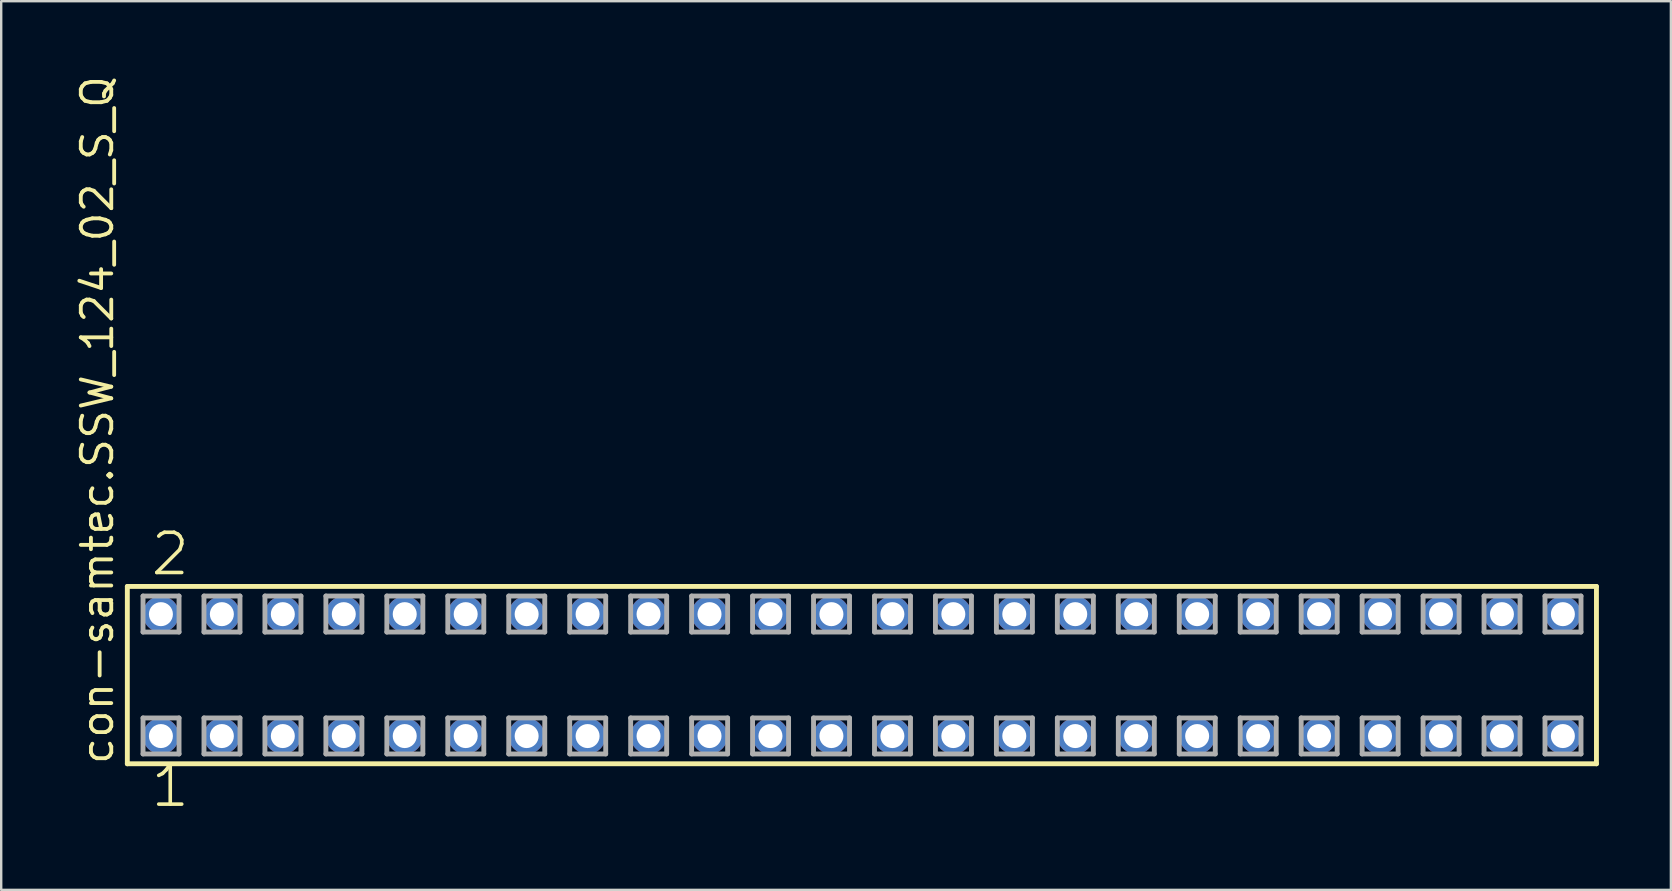
<source format=kicad_pcb>
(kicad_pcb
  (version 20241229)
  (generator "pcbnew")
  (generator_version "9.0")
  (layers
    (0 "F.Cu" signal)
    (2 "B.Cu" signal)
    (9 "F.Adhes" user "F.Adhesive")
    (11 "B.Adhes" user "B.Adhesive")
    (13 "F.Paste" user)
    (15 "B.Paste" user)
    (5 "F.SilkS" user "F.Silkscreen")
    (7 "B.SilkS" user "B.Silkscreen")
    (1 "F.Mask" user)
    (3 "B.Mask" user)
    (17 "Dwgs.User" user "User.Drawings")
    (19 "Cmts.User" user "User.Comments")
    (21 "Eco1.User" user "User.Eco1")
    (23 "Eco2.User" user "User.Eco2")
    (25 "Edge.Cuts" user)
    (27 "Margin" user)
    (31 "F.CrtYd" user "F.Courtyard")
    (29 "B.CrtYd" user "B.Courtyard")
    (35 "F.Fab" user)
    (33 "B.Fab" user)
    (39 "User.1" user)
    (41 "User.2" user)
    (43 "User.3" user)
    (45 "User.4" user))
  (footprint "con-samtec.SSW_124_02_S_Q"
    (layer "F.Cu")
    (at 32.865 25.082)
    (property "Reference" "con-samtec.SSW_124_02_S_Q" (at -31.115 3.81 90) (layer "F.SilkS") (effects (font (size 1.27 1.27) (thickness 0.16)) (justify left bottom)))
    (attr through_hole)
    (fp_line (start -30.609 -3.695) (end 30.609 -3.695) (stroke (width 0.203) (type default)) (layer "F.SilkS"))
    (fp_line (start -30.609 3.695) (end -30.609 -3.695) (stroke (width 0.203) (type default)) (layer "F.SilkS"))
    (fp_line (start 30.609 -3.695) (end 30.609 3.695) (stroke (width 0.203) (type default)) (layer "F.SilkS"))
    (fp_line (start 30.609 3.695) (end -30.609 3.695) (stroke (width 0.203) (type default)) (layer "F.SilkS"))
    (fp_line (start -29.955 -3.295) (end -28.455 -3.295) (stroke (width 0.203) (type default)) (layer "F.Fab"))
    (fp_line (start -29.955 -1.795) (end -29.955 -3.295) (stroke (width 0.203) (type default)) (layer "F.Fab"))
    (fp_line (start -29.955 1.785) (end -28.455 1.785) (stroke (width 0.203) (type default)) (layer "F.Fab"))
    (fp_line (start -29.955 3.285) (end -29.955 1.785) (stroke (width 0.203) (type default)) (layer "F.Fab"))
    (fp_line (start -28.455 -3.295) (end -28.455 -1.795) (stroke (width 0.203) (type default)) (layer "F.Fab"))
    (fp_line (start -28.455 -1.795) (end -29.955 -1.795) (stroke (width 0.203) (type default)) (layer "F.Fab"))
    (fp_line (start -28.455 1.785) (end -28.455 3.285) (stroke (width 0.203) (type default)) (layer "F.Fab"))
    (fp_line (start -28.455 3.285) (end -29.955 3.285) (stroke (width 0.203) (type default)) (layer "F.Fab"))
    (fp_line (start -27.415 -3.295) (end -25.915 -3.295) (stroke (width 0.203) (type default)) (layer "F.Fab"))
    (fp_line (start -27.415 -1.795) (end -27.415 -3.295) (stroke (width 0.203) (type default)) (layer "F.Fab"))
    (fp_line (start -27.415 1.785) (end -25.915 1.785) (stroke (width 0.203) (type default)) (layer "F.Fab"))
    (fp_line (start -27.415 3.285) (end -27.415 1.785) (stroke (width 0.203) (type default)) (layer "F.Fab"))
    (fp_line (start -25.915 -3.295) (end -25.915 -1.795) (stroke (width 0.203) (type default)) (layer "F.Fab"))
    (fp_line (start -25.915 -1.795) (end -27.415 -1.795) (stroke (width 0.203) (type default)) (layer "F.Fab"))
    (fp_line (start -25.915 1.785) (end -25.915 3.285) (stroke (width 0.203) (type default)) (layer "F.Fab"))
    (fp_line (start -25.915 3.285) (end -27.415 3.285) (stroke (width 0.203) (type default)) (layer "F.Fab"))
    (fp_line (start -24.875 -3.295) (end -23.375 -3.295) (stroke (width 0.203) (type default)) (layer "F.Fab"))
    (fp_line (start -24.875 -1.795) (end -24.875 -3.295) (stroke (width 0.203) (type default)) (layer "F.Fab"))
    (fp_line (start -24.875 1.785) (end -23.375 1.785) (stroke (width 0.203) (type default)) (layer "F.Fab"))
    (fp_line (start -24.875 3.285) (end -24.875 1.785) (stroke (width 0.203) (type default)) (layer "F.Fab"))
    (fp_line (start -23.375 -3.295) (end -23.375 -1.795) (stroke (width 0.203) (type default)) (layer "F.Fab"))
    (fp_line (start -23.375 -1.795) (end -24.875 -1.795) (stroke (width 0.203) (type default)) (layer "F.Fab"))
    (fp_line (start -23.375 1.785) (end -23.375 3.285) (stroke (width 0.203) (type default)) (layer "F.Fab"))
    (fp_line (start -23.375 3.285) (end -24.875 3.285) (stroke (width 0.203) (type default)) (layer "F.Fab"))
    (fp_line (start -22.335 -3.295) (end -20.835 -3.295) (stroke (width 0.203) (type default)) (layer "F.Fab"))
    (fp_line (start -22.335 -1.795) (end -22.335 -3.295) (stroke (width 0.203) (type default)) (layer "F.Fab"))
    (fp_line (start -22.335 1.785) (end -20.835 1.785) (stroke (width 0.203) (type default)) (layer "F.Fab"))
    (fp_line (start -22.335 3.285) (end -22.335 1.785) (stroke (width 0.203) (type default)) (layer "F.Fab"))
    (fp_line (start -20.835 -3.295) (end -20.835 -1.795) (stroke (width 0.203) (type default)) (layer "F.Fab"))
    (fp_line (start -20.835 -1.795) (end -22.335 -1.795) (stroke (width 0.203) (type default)) (layer "F.Fab"))
    (fp_line (start -20.835 1.785) (end -20.835 3.285) (stroke (width 0.203) (type default)) (layer "F.Fab"))
    (fp_line (start -20.835 3.285) (end -22.335 3.285) (stroke (width 0.203) (type default)) (layer "F.Fab"))
    (fp_line (start -19.795 -3.295) (end -18.295 -3.295) (stroke (width 0.203) (type default)) (layer "F.Fab"))
    (fp_line (start -19.795 -1.795) (end -19.795 -3.295) (stroke (width 0.203) (type default)) (layer "F.Fab"))
    (fp_line (start -19.795 1.785) (end -18.295 1.785) (stroke (width 0.203) (type default)) (layer "F.Fab"))
    (fp_line (start -19.795 3.285) (end -19.795 1.785) (stroke (width 0.203) (type default)) (layer "F.Fab"))
    (fp_line (start -18.295 -3.295) (end -18.295 -1.795) (stroke (width 0.203) (type default)) (layer "F.Fab"))
    (fp_line (start -18.295 -1.795) (end -19.795 -1.795) (stroke (width 0.203) (type default)) (layer "F.Fab"))
    (fp_line (start -18.295 1.785) (end -18.295 3.285) (stroke (width 0.203) (type default)) (layer "F.Fab"))
    (fp_line (start -18.295 3.285) (end -19.795 3.285) (stroke (width 0.203) (type default)) (layer "F.Fab"))
    (fp_line (start -17.255 -3.295) (end -15.755 -3.295) (stroke (width 0.203) (type default)) (layer "F.Fab"))
    (fp_line (start -17.255 -1.795) (end -17.255 -3.295) (stroke (width 0.203) (type default)) (layer "F.Fab"))
    (fp_line (start -17.255 1.785) (end -15.755 1.785) (stroke (width 0.203) (type default)) (layer "F.Fab"))
    (fp_line (start -17.255 3.285) (end -17.255 1.785) (stroke (width 0.203) (type default)) (layer "F.Fab"))
    (fp_line (start -15.755 -3.295) (end -15.755 -1.795) (stroke (width 0.203) (type default)) (layer "F.Fab"))
    (fp_line (start -15.755 -1.795) (end -17.255 -1.795) (stroke (width 0.203) (type default)) (layer "F.Fab"))
    (fp_line (start -15.755 1.785) (end -15.755 3.285) (stroke (width 0.203) (type default)) (layer "F.Fab"))
    (fp_line (start -15.755 3.285) (end -17.255 3.285) (stroke (width 0.203) (type default)) (layer "F.Fab"))
    (fp_line (start -14.715 -3.295) (end -13.215 -3.295) (stroke (width 0.203) (type default)) (layer "F.Fab"))
    (fp_line (start -14.715 -1.795) (end -14.715 -3.295) (stroke (width 0.203) (type default)) (layer "F.Fab"))
    (fp_line (start -14.715 1.785) (end -13.215 1.785) (stroke (width 0.203) (type default)) (layer "F.Fab"))
    (fp_line (start -14.715 3.285) (end -14.715 1.785) (stroke (width 0.203) (type default)) (layer "F.Fab"))
    (fp_line (start -13.215 -3.295) (end -13.215 -1.795) (stroke (width 0.203) (type default)) (layer "F.Fab"))
    (fp_line (start -13.215 -1.795) (end -14.715 -1.795) (stroke (width 0.203) (type default)) (layer "F.Fab"))
    (fp_line (start -13.215 1.785) (end -13.215 3.285) (stroke (width 0.203) (type default)) (layer "F.Fab"))
    (fp_line (start -13.215 3.285) (end -14.715 3.285) (stroke (width 0.203) (type default)) (layer "F.Fab"))
    (fp_line (start -12.175 -3.295) (end -10.675 -3.295) (stroke (width 0.203) (type default)) (layer "F.Fab"))
    (fp_line (start -12.175 -1.795) (end -12.175 -3.295) (stroke (width 0.203) (type default)) (layer "F.Fab"))
    (fp_line (start -12.175 1.785) (end -10.675 1.785) (stroke (width 0.203) (type default)) (layer "F.Fab"))
    (fp_line (start -12.175 3.285) (end -12.175 1.785) (stroke (width 0.203) (type default)) (layer "F.Fab"))
    (fp_line (start -10.675 -3.295) (end -10.675 -1.795) (stroke (width 0.203) (type default)) (layer "F.Fab"))
    (fp_line (start -10.675 -1.795) (end -12.175 -1.795) (stroke (width 0.203) (type default)) (layer "F.Fab"))
    (fp_line (start -10.675 1.785) (end -10.675 3.285) (stroke (width 0.203) (type default)) (layer "F.Fab"))
    (fp_line (start -10.675 3.285) (end -12.175 3.285) (stroke (width 0.203) (type default)) (layer "F.Fab"))
    (fp_line (start -9.635 -3.295) (end -8.135 -3.295) (stroke (width 0.203) (type default)) (layer "F.Fab"))
    (fp_line (start -9.635 -1.795) (end -9.635 -3.295) (stroke (width 0.203) (type default)) (layer "F.Fab"))
    (fp_line (start -9.635 1.785) (end -8.135 1.785) (stroke (width 0.203) (type default)) (layer "F.Fab"))
    (fp_line (start -9.635 3.285) (end -9.635 1.785) (stroke (width 0.203) (type default)) (layer "F.Fab"))
    (fp_line (start -8.135 -3.295) (end -8.135 -1.795) (stroke (width 0.203) (type default)) (layer "F.Fab"))
    (fp_line (start -8.135 -1.795) (end -9.635 -1.795) (stroke (width 0.203) (type default)) (layer "F.Fab"))
    (fp_line (start -8.135 1.785) (end -8.135 3.285) (stroke (width 0.203) (type default)) (layer "F.Fab"))
    (fp_line (start -8.135 3.285) (end -9.635 3.285) (stroke (width 0.203) (type default)) (layer "F.Fab"))
    (fp_line (start -7.095 -3.295) (end -5.595 -3.295) (stroke (width 0.203) (type default)) (layer "F.Fab"))
    (fp_line (start -7.095 -1.795) (end -7.095 -3.295) (stroke (width 0.203) (type default)) (layer "F.Fab"))
    (fp_line (start -7.095 1.785) (end -5.595 1.785) (stroke (width 0.203) (type default)) (layer "F.Fab"))
    (fp_line (start -7.095 3.285) (end -7.095 1.785) (stroke (width 0.203) (type default)) (layer "F.Fab"))
    (fp_line (start -5.595 -3.295) (end -5.595 -1.795) (stroke (width 0.203) (type default)) (layer "F.Fab"))
    (fp_line (start -5.595 -1.795) (end -7.095 -1.795) (stroke (width 0.203) (type default)) (layer "F.Fab"))
    (fp_line (start -5.595 1.785) (end -5.595 3.285) (stroke (width 0.203) (type default)) (layer "F.Fab"))
    (fp_line (start -5.595 3.285) (end -7.095 3.285) (stroke (width 0.203) (type default)) (layer "F.Fab"))
    (fp_line (start -4.555 -3.295) (end -3.055 -3.295) (stroke (width 0.203) (type default)) (layer "F.Fab"))
    (fp_line (start -4.555 -1.795) (end -4.555 -3.295) (stroke (width 0.203) (type default)) (layer "F.Fab"))
    (fp_line (start -4.555 1.785) (end -3.055 1.785) (stroke (width 0.203) (type default)) (layer "F.Fab"))
    (fp_line (start -4.555 3.285) (end -4.555 1.785) (stroke (width 0.203) (type default)) (layer "F.Fab"))
    (fp_line (start -3.055 -3.295) (end -3.055 -1.795) (stroke (width 0.203) (type default)) (layer "F.Fab"))
    (fp_line (start -3.055 -1.795) (end -4.555 -1.795) (stroke (width 0.203) (type default)) (layer "F.Fab"))
    (fp_line (start -3.055 1.785) (end -3.055 3.285) (stroke (width 0.203) (type default)) (layer "F.Fab"))
    (fp_line (start -3.055 3.285) (end -4.555 3.285) (stroke (width 0.203) (type default)) (layer "F.Fab"))
    (fp_line (start -2.015 -3.295) (end -0.515 -3.295) (stroke (width 0.203) (type default)) (layer "F.Fab"))
    (fp_line (start -2.015 -1.795) (end -2.015 -3.295) (stroke (width 0.203) (type default)) (layer "F.Fab"))
    (fp_line (start -2.015 1.785) (end -0.515 1.785) (stroke (width 0.203) (type default)) (layer "F.Fab"))
    (fp_line (start -2.015 3.285) (end -2.015 1.785) (stroke (width 0.203) (type default)) (layer "F.Fab"))
    (fp_line (start -0.515 -3.295) (end -0.515 -1.795) (stroke (width 0.203) (type default)) (layer "F.Fab"))
    (fp_line (start -0.515 -1.795) (end -2.015 -1.795) (stroke (width 0.203) (type default)) (layer "F.Fab"))
    (fp_line (start -0.515 1.785) (end -0.515 3.285) (stroke (width 0.203) (type default)) (layer "F.Fab"))
    (fp_line (start -0.515 3.285) (end -2.015 3.285) (stroke (width 0.203) (type default)) (layer "F.Fab"))
    (fp_line (start 0.525 -3.295) (end 2.025 -3.295) (stroke (width 0.203) (type default)) (layer "F.Fab"))
    (fp_line (start 0.525 -1.795) (end 0.525 -3.295) (stroke (width 0.203) (type default)) (layer "F.Fab"))
    (fp_line (start 0.525 1.785) (end 2.025 1.785) (stroke (width 0.203) (type default)) (layer "F.Fab"))
    (fp_line (start 0.525 3.285) (end 0.525 1.785) (stroke (width 0.203) (type default)) (layer "F.Fab"))
    (fp_line (start 2.025 -3.295) (end 2.025 -1.795) (stroke (width 0.203) (type default)) (layer "F.Fab"))
    (fp_line (start 2.025 -1.795) (end 0.525 -1.795) (stroke (width 0.203) (type default)) (layer "F.Fab"))
    (fp_line (start 2.025 1.785) (end 2.025 3.285) (stroke (width 0.203) (type default)) (layer "F.Fab"))
    (fp_line (start 2.025 3.285) (end 0.525 3.285) (stroke (width 0.203) (type default)) (layer "F.Fab"))
    (fp_line (start 3.065 -3.295) (end 4.565 -3.295) (stroke (width 0.203) (type default)) (layer "F.Fab"))
    (fp_line (start 3.065 -1.795) (end 3.065 -3.295) (stroke (width 0.203) (type default)) (layer "F.Fab"))
    (fp_line (start 3.065 1.785) (end 4.565 1.785) (stroke (width 0.203) (type default)) (layer "F.Fab"))
    (fp_line (start 3.065 3.285) (end 3.065 1.785) (stroke (width 0.203) (type default)) (layer "F.Fab"))
    (fp_line (start 4.565 -3.295) (end 4.565 -1.795) (stroke (width 0.203) (type default)) (layer "F.Fab"))
    (fp_line (start 4.565 -1.795) (end 3.065 -1.795) (stroke (width 0.203) (type default)) (layer "F.Fab"))
    (fp_line (start 4.565 1.785) (end 4.565 3.285) (stroke (width 0.203) (type default)) (layer "F.Fab"))
    (fp_line (start 4.565 3.285) (end 3.065 3.285) (stroke (width 0.203) (type default)) (layer "F.Fab"))
    (fp_line (start 5.605 -3.295) (end 7.105 -3.295) (stroke (width 0.203) (type default)) (layer "F.Fab"))
    (fp_line (start 5.605 -1.795) (end 5.605 -3.295) (stroke (width 0.203) (type default)) (layer "F.Fab"))
    (fp_line (start 5.605 1.785) (end 7.105 1.785) (stroke (width 0.203) (type default)) (layer "F.Fab"))
    (fp_line (start 5.605 3.285) (end 5.605 1.785) (stroke (width 0.203) (type default)) (layer "F.Fab"))
    (fp_line (start 7.105 -3.295) (end 7.105 -1.795) (stroke (width 0.203) (type default)) (layer "F.Fab"))
    (fp_line (start 7.105 -1.795) (end 5.605 -1.795) (stroke (width 0.203) (type default)) (layer "F.Fab"))
    (fp_line (start 7.105 1.785) (end 7.105 3.285) (stroke (width 0.203) (type default)) (layer "F.Fab"))
    (fp_line (start 7.105 3.285) (end 5.605 3.285) (stroke (width 0.203) (type default)) (layer "F.Fab"))
    (fp_line (start 8.145 -3.295) (end 9.645 -3.295) (stroke (width 0.203) (type default)) (layer "F.Fab"))
    (fp_line (start 8.145 -1.795) (end 8.145 -3.295) (stroke (width 0.203) (type default)) (layer "F.Fab"))
    (fp_line (start 8.145 1.785) (end 9.645 1.785) (stroke (width 0.203) (type default)) (layer "F.Fab"))
    (fp_line (start 8.145 3.285) (end 8.145 1.785) (stroke (width 0.203) (type default)) (layer "F.Fab"))
    (fp_line (start 9.645 -3.295) (end 9.645 -1.795) (stroke (width 0.203) (type default)) (layer "F.Fab"))
    (fp_line (start 9.645 -1.795) (end 8.145 -1.795) (stroke (width 0.203) (type default)) (layer "F.Fab"))
    (fp_line (start 9.645 1.785) (end 9.645 3.285) (stroke (width 0.203) (type default)) (layer "F.Fab"))
    (fp_line (start 9.645 3.285) (end 8.145 3.285) (stroke (width 0.203) (type default)) (layer "F.Fab"))
    (fp_line (start 10.685 -3.295) (end 12.185 -3.295) (stroke (width 0.203) (type default)) (layer "F.Fab"))
    (fp_line (start 10.685 -1.795) (end 10.685 -3.295) (stroke (width 0.203) (type default)) (layer "F.Fab"))
    (fp_line (start 10.685 1.785) (end 12.185 1.785) (stroke (width 0.203) (type default)) (layer "F.Fab"))
    (fp_line (start 10.685 3.285) (end 10.685 1.785) (stroke (width 0.203) (type default)) (layer "F.Fab"))
    (fp_line (start 12.185 -3.295) (end 12.185 -1.795) (stroke (width 0.203) (type default)) (layer "F.Fab"))
    (fp_line (start 12.185 -1.795) (end 10.685 -1.795) (stroke (width 0.203) (type default)) (layer "F.Fab"))
    (fp_line (start 12.185 1.785) (end 12.185 3.285) (stroke (width 0.203) (type default)) (layer "F.Fab"))
    (fp_line (start 12.185 3.285) (end 10.685 3.285) (stroke (width 0.203) (type default)) (layer "F.Fab"))
    (fp_line (start 13.225 -3.295) (end 14.725 -3.295) (stroke (width 0.203) (type default)) (layer "F.Fab"))
    (fp_line (start 13.225 -1.795) (end 13.225 -3.295) (stroke (width 0.203) (type default)) (layer "F.Fab"))
    (fp_line (start 13.225 1.785) (end 14.725 1.785) (stroke (width 0.203) (type default)) (layer "F.Fab"))
    (fp_line (start 13.225 3.285) (end 13.225 1.785) (stroke (width 0.203) (type default)) (layer "F.Fab"))
    (fp_line (start 14.725 -3.295) (end 14.725 -1.795) (stroke (width 0.203) (type default)) (layer "F.Fab"))
    (fp_line (start 14.725 -1.795) (end 13.225 -1.795) (stroke (width 0.203) (type default)) (layer "F.Fab"))
    (fp_line (start 14.725 1.785) (end 14.725 3.285) (stroke (width 0.203) (type default)) (layer "F.Fab"))
    (fp_line (start 14.725 3.285) (end 13.225 3.285) (stroke (width 0.203) (type default)) (layer "F.Fab"))
    (fp_line (start 15.765 -3.295) (end 17.265 -3.295) (stroke (width 0.203) (type default)) (layer "F.Fab"))
    (fp_line (start 15.765 -1.795) (end 15.765 -3.295) (stroke (width 0.203) (type default)) (layer "F.Fab"))
    (fp_line (start 15.765 1.785) (end 17.265 1.785) (stroke (width 0.203) (type default)) (layer "F.Fab"))
    (fp_line (start 15.765 3.285) (end 15.765 1.785) (stroke (width 0.203) (type default)) (layer "F.Fab"))
    (fp_line (start 17.265 -3.295) (end 17.265 -1.795) (stroke (width 0.203) (type default)) (layer "F.Fab"))
    (fp_line (start 17.265 -1.795) (end 15.765 -1.795) (stroke (width 0.203) (type default)) (layer "F.Fab"))
    (fp_line (start 17.265 1.785) (end 17.265 3.285) (stroke (width 0.203) (type default)) (layer "F.Fab"))
    (fp_line (start 17.265 3.285) (end 15.765 3.285) (stroke (width 0.203) (type default)) (layer "F.Fab"))
    (fp_line (start 18.305 -3.295) (end 19.805 -3.295) (stroke (width 0.203) (type default)) (layer "F.Fab"))
    (fp_line (start 18.305 -1.795) (end 18.305 -3.295) (stroke (width 0.203) (type default)) (layer "F.Fab"))
    (fp_line (start 18.305 1.785) (end 19.805 1.785) (stroke (width 0.203) (type default)) (layer "F.Fab"))
    (fp_line (start 18.305 3.285) (end 18.305 1.785) (stroke (width 0.203) (type default)) (layer "F.Fab"))
    (fp_line (start 19.805 -3.295) (end 19.805 -1.795) (stroke (width 0.203) (type default)) (layer "F.Fab"))
    (fp_line (start 19.805 -1.795) (end 18.305 -1.795) (stroke (width 0.203) (type default)) (layer "F.Fab"))
    (fp_line (start 19.805 1.785) (end 19.805 3.285) (stroke (width 0.203) (type default)) (layer "F.Fab"))
    (fp_line (start 19.805 3.285) (end 18.305 3.285) (stroke (width 0.203) (type default)) (layer "F.Fab"))
    (fp_line (start 20.845 -3.295) (end 22.345 -3.295) (stroke (width 0.203) (type default)) (layer "F.Fab"))
    (fp_line (start 20.845 -1.795) (end 20.845 -3.295) (stroke (width 0.203) (type default)) (layer "F.Fab"))
    (fp_line (start 20.845 1.785) (end 22.345 1.785) (stroke (width 0.203) (type default)) (layer "F.Fab"))
    (fp_line (start 20.845 3.285) (end 20.845 1.785) (stroke (width 0.203) (type default)) (layer "F.Fab"))
    (fp_line (start 22.345 -3.295) (end 22.345 -1.795) (stroke (width 0.203) (type default)) (layer "F.Fab"))
    (fp_line (start 22.345 -1.795) (end 20.845 -1.795) (stroke (width 0.203) (type default)) (layer "F.Fab"))
    (fp_line (start 22.345 1.785) (end 22.345 3.285) (stroke (width 0.203) (type default)) (layer "F.Fab"))
    (fp_line (start 22.345 3.285) (end 20.845 3.285) (stroke (width 0.203) (type default)) (layer "F.Fab"))
    (fp_line (start 23.385 -3.295) (end 24.885 -3.295) (stroke (width 0.203) (type default)) (layer "F.Fab"))
    (fp_line (start 23.385 -1.795) (end 23.385 -3.295) (stroke (width 0.203) (type default)) (layer "F.Fab"))
    (fp_line (start 23.385 1.785) (end 24.885 1.785) (stroke (width 0.203) (type default)) (layer "F.Fab"))
    (fp_line (start 23.385 3.285) (end 23.385 1.785) (stroke (width 0.203) (type default)) (layer "F.Fab"))
    (fp_line (start 24.885 -3.295) (end 24.885 -1.795) (stroke (width 0.203) (type default)) (layer "F.Fab"))
    (fp_line (start 24.885 -1.795) (end 23.385 -1.795) (stroke (width 0.203) (type default)) (layer "F.Fab"))
    (fp_line (start 24.885 1.785) (end 24.885 3.285) (stroke (width 0.203) (type default)) (layer "F.Fab"))
    (fp_line (start 24.885 3.285) (end 23.385 3.285) (stroke (width 0.203) (type default)) (layer "F.Fab"))
    (fp_line (start 25.925 -3.295) (end 27.425 -3.295) (stroke (width 0.203) (type default)) (layer "F.Fab"))
    (fp_line (start 25.925 -1.795) (end 25.925 -3.295) (stroke (width 0.203) (type default)) (layer "F.Fab"))
    (fp_line (start 25.925 1.785) (end 27.425 1.785) (stroke (width 0.203) (type default)) (layer "F.Fab"))
    (fp_line (start 25.925 3.285) (end 25.925 1.785) (stroke (width 0.203) (type default)) (layer "F.Fab"))
    (fp_line (start 27.425 -3.295) (end 27.425 -1.795) (stroke (width 0.203) (type default)) (layer "F.Fab"))
    (fp_line (start 27.425 -1.795) (end 25.925 -1.795) (stroke (width 0.203) (type default)) (layer "F.Fab"))
    (fp_line (start 27.425 1.785) (end 27.425 3.285) (stroke (width 0.203) (type default)) (layer "F.Fab"))
    (fp_line (start 27.425 3.285) (end 25.925 3.285) (stroke (width 0.203) (type default)) (layer "F.Fab"))
    (fp_line (start 28.465 -3.295) (end 29.965 -3.295) (stroke (width 0.203) (type default)) (layer "F.Fab"))
    (fp_line (start 28.465 -1.795) (end 28.465 -3.295) (stroke (width 0.203) (type default)) (layer "F.Fab"))
    (fp_line (start 28.465 1.785) (end 29.965 1.785) (stroke (width 0.203) (type default)) (layer "F.Fab"))
    (fp_line (start 28.465 3.285) (end 28.465 1.785) (stroke (width 0.203) (type default)) (layer "F.Fab"))
    (fp_line (start 29.965 -3.295) (end 29.965 -1.795) (stroke (width 0.203) (type default)) (layer "F.Fab"))
    (fp_line (start 29.965 -1.795) (end 28.465 -1.795) (stroke (width 0.203) (type default)) (layer "F.Fab"))
    (fp_line (start 29.965 1.785) (end 29.965 3.285) (stroke (width 0.203) (type default)) (layer "F.Fab"))
    (fp_line (start 29.965 3.285) (end 28.465 3.285) (stroke (width 0.203) (type default)) (layer "F.Fab"))
    (fp_text user "2" (at -29.718 -4.064 0) (layer "F.SilkS") (effects (font (size 1.676 1.676) (thickness 0.15)) (justify left bottom)))
    (fp_text user "1" (at -29.718 5.588 0) (layer "F.SilkS") (effects (font (size 1.676 1.676) (thickness 0.15)) (justify left bottom)))
    (pad "1" thru_hole circle (at -29.21 2.54) (size 1.5 1.5) (drill 1) (layers "*.Cu" "*.Mask"))
    (pad "2" thru_hole circle (at -29.21 -2.54) (size 1.5 1.5) (drill 1) (layers "*.Cu" "*.Mask"))
    (pad "3" thru_hole circle (at -26.67 2.54) (size 1.5 1.5) (drill 1) (layers "*.Cu" "*.Mask"))
    (pad "4" thru_hole circle (at -26.67 -2.54) (size 1.5 1.5) (drill 1) (layers "*.Cu" "*.Mask"))
    (pad "5" thru_hole circle (at -24.13 2.54) (size 1.5 1.5) (drill 1) (layers "*.Cu" "*.Mask"))
    (pad "6" thru_hole circle (at -24.13 -2.54) (size 1.5 1.5) (drill 1) (layers "*.Cu" "*.Mask"))
    (pad "7" thru_hole circle (at -21.59 2.54) (size 1.5 1.5) (drill 1) (layers "*.Cu" "*.Mask"))
    (pad "8" thru_hole circle (at -21.59 -2.54) (size 1.5 1.5) (drill 1) (layers "*.Cu" "*.Mask"))
    (pad "9" thru_hole circle (at -19.05 2.54) (size 1.5 1.5) (drill 1) (layers "*.Cu" "*.Mask"))
    (pad "10" thru_hole circle (at -19.05 -2.54) (size 1.5 1.5) (drill 1) (layers "*.Cu" "*.Mask"))
    (pad "11" thru_hole circle (at -16.51 2.54) (size 1.5 1.5) (drill 1) (layers "*.Cu" "*.Mask"))
    (pad "12" thru_hole circle (at -16.51 -2.54) (size 1.5 1.5) (drill 1) (layers "*.Cu" "*.Mask"))
    (pad "13" thru_hole circle (at -13.97 2.54) (size 1.5 1.5) (drill 1) (layers "*.Cu" "*.Mask"))
    (pad "14" thru_hole circle (at -13.97 -2.54) (size 1.5 1.5) (drill 1) (layers "*.Cu" "*.Mask"))
    (pad "15" thru_hole circle (at -11.43 2.54) (size 1.5 1.5) (drill 1) (layers "*.Cu" "*.Mask"))
    (pad "16" thru_hole circle (at -11.43 -2.54) (size 1.5 1.5) (drill 1) (layers "*.Cu" "*.Mask"))
    (pad "17" thru_hole circle (at -8.89 2.54) (size 1.5 1.5) (drill 1) (layers "*.Cu" "*.Mask"))
    (pad "18" thru_hole circle (at -8.89 -2.54) (size 1.5 1.5) (drill 1) (layers "*.Cu" "*.Mask"))
    (pad "19" thru_hole circle (at -6.35 2.54) (size 1.5 1.5) (drill 1) (layers "*.Cu" "*.Mask"))
    (pad "20" thru_hole circle (at -6.35 -2.54) (size 1.5 1.5) (drill 1) (layers "*.Cu" "*.Mask"))
    (pad "21" thru_hole circle (at -3.81 2.54) (size 1.5 1.5) (drill 1) (layers "*.Cu" "*.Mask"))
    (pad "22" thru_hole circle (at -3.81 -2.54) (size 1.5 1.5) (drill 1) (layers "*.Cu" "*.Mask"))
    (pad "23" thru_hole circle (at -1.27 2.54) (size 1.5 1.5) (drill 1) (layers "*.Cu" "*.Mask"))
    (pad "24" thru_hole circle (at -1.27 -2.54) (size 1.5 1.5) (drill 1) (layers "*.Cu" "*.Mask"))
    (pad "25" thru_hole circle (at 1.27 2.54) (size 1.5 1.5) (drill 1) (layers "*.Cu" "*.Mask"))
    (pad "26" thru_hole circle (at 1.27 -2.54) (size 1.5 1.5) (drill 1) (layers "*.Cu" "*.Mask"))
    (pad "27" thru_hole circle (at 3.81 2.54) (size 1.5 1.5) (drill 1) (layers "*.Cu" "*.Mask"))
    (pad "28" thru_hole circle (at 3.81 -2.54) (size 1.5 1.5) (drill 1) (layers "*.Cu" "*.Mask"))
    (pad "29" thru_hole circle (at 6.35 2.54) (size 1.5 1.5) (drill 1) (layers "*.Cu" "*.Mask"))
    (pad "30" thru_hole circle (at 6.35 -2.54) (size 1.5 1.5) (drill 1) (layers "*.Cu" "*.Mask"))
    (pad "31" thru_hole circle (at 8.89 2.54) (size 1.5 1.5) (drill 1) (layers "*.Cu" "*.Mask"))
    (pad "32" thru_hole circle (at 8.89 -2.54) (size 1.5 1.5) (drill 1) (layers "*.Cu" "*.Mask"))
    (pad "33" thru_hole circle (at 11.43 2.54) (size 1.5 1.5) (drill 1) (layers "*.Cu" "*.Mask"))
    (pad "34" thru_hole circle (at 11.43 -2.54) (size 1.5 1.5) (drill 1) (layers "*.Cu" "*.Mask"))
    (pad "35" thru_hole circle (at 13.97 2.54) (size 1.5 1.5) (drill 1) (layers "*.Cu" "*.Mask"))
    (pad "36" thru_hole circle (at 13.97 -2.54) (size 1.5 1.5) (drill 1) (layers "*.Cu" "*.Mask"))
    (pad "37" thru_hole circle (at 16.51 2.54) (size 1.5 1.5) (drill 1) (layers "*.Cu" "*.Mask"))
    (pad "38" thru_hole circle (at 16.51 -2.54) (size 1.5 1.5) (drill 1) (layers "*.Cu" "*.Mask"))
    (pad "39" thru_hole circle (at 19.05 2.54) (size 1.5 1.5) (drill 1) (layers "*.Cu" "*.Mask"))
    (pad "40" thru_hole circle (at 19.05 -2.54) (size 1.5 1.5) (drill 1) (layers "*.Cu" "*.Mask"))
    (pad "41" thru_hole circle (at 21.59 2.54) (size 1.5 1.5) (drill 1) (layers "*.Cu" "*.Mask"))
    (pad "42" thru_hole circle (at 21.59 -2.54) (size 1.5 1.5) (drill 1) (layers "*.Cu" "*.Mask"))
    (pad "43" thru_hole circle (at 24.13 2.54) (size 1.5 1.5) (drill 1) (layers "*.Cu" "*.Mask"))
    (pad "44" thru_hole circle (at 24.13 -2.54) (size 1.5 1.5) (drill 1) (layers "*.Cu" "*.Mask"))
    (pad "45" thru_hole circle (at 26.67 2.54) (size 1.5 1.5) (drill 1) (layers "*.Cu" "*.Mask"))
    (pad "46" thru_hole circle (at 26.67 -2.54) (size 1.5 1.5) (drill 1) (layers "*.Cu" "*.Mask"))
    (pad "47" thru_hole circle (at 29.21 2.54) (size 1.5 1.5) (drill 1) (layers "*.Cu" "*.Mask"))
    (pad "48" thru_hole circle (at 29.21 -2.54) (size 1.5 1.5) (drill 1) (layers "*.Cu" "*.Mask")))
  (gr_rect
    (start -3 -3)
    (end 66.576 34.031)
    (stroke (width 0.1) (type default))
    (fill no)
    (layer "Edge.Cuts")))
</source>
